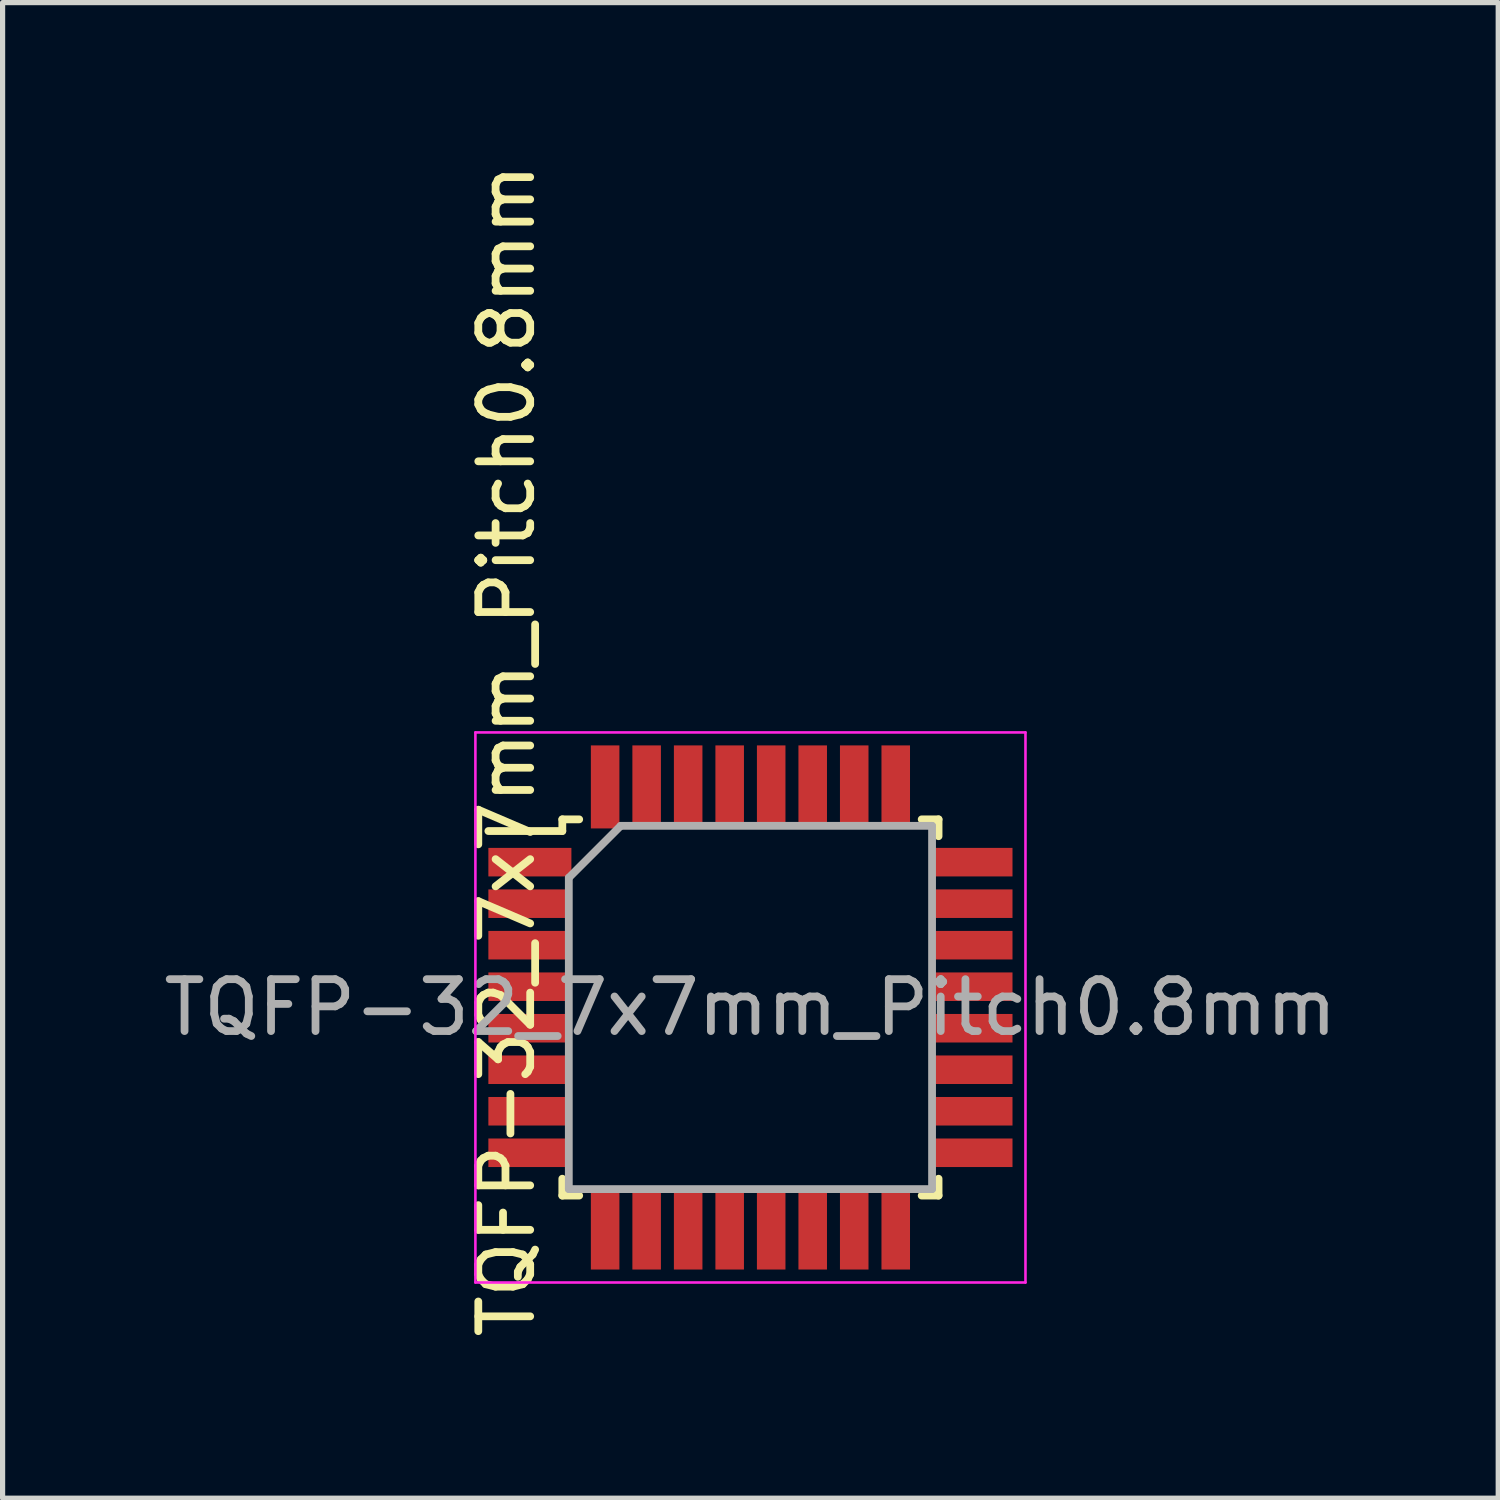
<source format=kicad_pcb>
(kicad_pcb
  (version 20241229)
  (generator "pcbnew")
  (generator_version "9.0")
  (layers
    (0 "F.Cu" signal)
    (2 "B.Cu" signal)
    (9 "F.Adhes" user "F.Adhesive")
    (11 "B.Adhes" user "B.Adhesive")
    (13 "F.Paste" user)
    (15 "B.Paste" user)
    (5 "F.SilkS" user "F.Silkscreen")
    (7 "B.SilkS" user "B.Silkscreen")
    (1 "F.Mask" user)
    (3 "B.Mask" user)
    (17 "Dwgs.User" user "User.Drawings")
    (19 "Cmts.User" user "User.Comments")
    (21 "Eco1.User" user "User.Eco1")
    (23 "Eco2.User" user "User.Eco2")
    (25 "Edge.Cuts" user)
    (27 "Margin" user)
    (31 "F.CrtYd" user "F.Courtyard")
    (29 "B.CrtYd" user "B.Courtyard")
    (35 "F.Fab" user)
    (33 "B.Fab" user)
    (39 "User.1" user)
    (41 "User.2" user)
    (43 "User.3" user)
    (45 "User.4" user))
  (footprint "TQFP-32_7x7mm_Pitch0.8mm"
    (layer "F.Cu")
    (at 11.411 16.364)
    (property "Reference" "TQFP-32_7x7mm_Pitch0.8mm" (at -4.699 -4.953 270) (layer "F.SilkS") (effects (font (size 1 1) (thickness 0.15))))
    (attr smd)
    (fp_line (start -3.625 -3.625) (end -3.625 -3.4) (stroke (width 0.15) (type solid)) (layer "F.SilkS"))
    (fp_line (start -3.625 -3.625) (end -3.3 -3.625) (stroke (width 0.15) (type solid)) (layer "F.SilkS"))
    (fp_line (start -3.625 -3.4) (end -5.05 -3.4) (stroke (width 0.15) (type solid)) (layer "F.SilkS"))
    (fp_line (start -3.625 3.625) (end -3.625 3.3) (stroke (width 0.15) (type solid)) (layer "F.SilkS"))
    (fp_line (start -3.625 3.625) (end -3.3 3.625) (stroke (width 0.15) (type solid)) (layer "F.SilkS"))
    (fp_line (start 3.625 -3.625) (end 3.3 -3.625) (stroke (width 0.15) (type solid)) (layer "F.SilkS"))
    (fp_line (start 3.625 -3.625) (end 3.625 -3.3) (stroke (width 0.15) (type solid)) (layer "F.SilkS"))
    (fp_line (start 3.625 3.625) (end 3.3 3.625) (stroke (width 0.15) (type solid)) (layer "F.SilkS"))
    (fp_line (start 3.625 3.625) (end 3.625 3.3) (stroke (width 0.15) (type solid)) (layer "F.SilkS"))
    (fp_line (start -5.3 -5.3) (end -5.3 5.3) (stroke (width 0.05) (type solid)) (layer "F.CrtYd"))
    (fp_line (start -5.3 -5.3) (end 5.3 -5.3) (stroke (width 0.05) (type solid)) (layer "F.CrtYd"))
    (fp_line (start -5.3 5.3) (end 5.3 5.3) (stroke (width 0.05) (type solid)) (layer "F.CrtYd"))
    (fp_line (start 5.3 -5.3) (end 5.3 5.3) (stroke (width 0.05) (type solid)) (layer "F.CrtYd"))
    (fp_line (start -3.5 -2.5) (end -2.5 -3.5) (stroke (width 0.15) (type solid)) (layer "F.Fab"))
    (fp_line (start -3.5 3.5) (end -3.5 -2.5) (stroke (width 0.15) (type solid)) (layer "F.Fab"))
    (fp_line (start -2.5 -3.5) (end 3.5 -3.5) (stroke (width 0.15) (type solid)) (layer "F.Fab"))
    (fp_line (start 3.5 -3.5) (end 3.5 3.5) (stroke (width 0.15) (type solid)) (layer "F.Fab"))
    (fp_line (start 3.5 3.5) (end -3.5 3.5) (stroke (width 0.15) (type solid)) (layer "F.Fab"))
    (fp_text user "${REFERENCE}" (at 0 0 0) (layer "F.Fab") (effects (font (size 1 1) (thickness 0.15))))
    (pad "1" smd rect (at -4.25 -2.8) (size 1.6 0.55) (layers "F.Cu" "F.Mask" "F.Paste"))
    (pad "2" smd rect (at -4.25 -2) (size 1.6 0.55) (layers "F.Cu" "F.Mask" "F.Paste"))
    (pad "3" smd rect (at -4.25 -1.2) (size 1.6 0.55) (layers "F.Cu" "F.Mask" "F.Paste"))
    (pad "4" smd rect (at -4.25 -0.4) (size 1.6 0.55) (layers "F.Cu" "F.Mask" "F.Paste"))
    (pad "5" smd rect (at -4.25 0.4) (size 1.6 0.55) (layers "F.Cu" "F.Mask" "F.Paste"))
    (pad "6" smd rect (at -4.25 1.2) (size 1.6 0.55) (layers "F.Cu" "F.Mask" "F.Paste"))
    (pad "7" smd rect (at -4.25 2) (size 1.6 0.55) (layers "F.Cu" "F.Mask" "F.Paste"))
    (pad "8" smd rect (at -4.25 2.8) (size 1.6 0.55) (layers "F.Cu" "F.Mask" "F.Paste"))
    (pad "9" smd rect (at -2.8 4.25 90) (size 1.6 0.55) (layers "F.Cu" "F.Mask" "F.Paste"))
    (pad "10" smd rect (at -2 4.25 90) (size 1.6 0.55) (layers "F.Cu" "F.Mask" "F.Paste"))
    (pad "11" smd rect (at -1.2 4.25 90) (size 1.6 0.55) (layers "F.Cu" "F.Mask" "F.Paste"))
    (pad "12" smd rect (at -0.4 4.25 90) (size 1.6 0.55) (layers "F.Cu" "F.Mask" "F.Paste"))
    (pad "13" smd rect (at 0.4 4.25 90) (size 1.6 0.55) (layers "F.Cu" "F.Mask" "F.Paste"))
    (pad "14" smd rect (at 1.2 4.25 90) (size 1.6 0.55) (layers "F.Cu" "F.Mask" "F.Paste"))
    (pad "15" smd rect (at 2 4.25 90) (size 1.6 0.55) (layers "F.Cu" "F.Mask" "F.Paste"))
    (pad "16" smd rect (at 2.8 4.25 90) (size 1.6 0.55) (layers "F.Cu" "F.Mask" "F.Paste"))
    (pad "17" smd rect (at 4.25 2.8) (size 1.6 0.55) (layers "F.Cu" "F.Mask" "F.Paste"))
    (pad "18" smd rect (at 4.25 2) (size 1.6 0.55) (layers "F.Cu" "F.Mask" "F.Paste"))
    (pad "19" smd rect (at 4.25 1.2) (size 1.6 0.55) (layers "F.Cu" "F.Mask" "F.Paste"))
    (pad "20" smd rect (at 4.25 0.4) (size 1.6 0.55) (layers "F.Cu" "F.Mask" "F.Paste"))
    (pad "21" smd rect (at 4.25 -0.4) (size 1.6 0.55) (layers "F.Cu" "F.Mask" "F.Paste"))
    (pad "22" smd rect (at 4.25 -1.2) (size 1.6 0.55) (layers "F.Cu" "F.Mask" "F.Paste"))
    (pad "23" smd rect (at 4.25 -2) (size 1.6 0.55) (layers "F.Cu" "F.Mask" "F.Paste"))
    (pad "24" smd rect (at 4.25 -2.8) (size 1.6 0.55) (layers "F.Cu" "F.Mask" "F.Paste"))
    (pad "25" smd rect (at 2.8 -4.25 90) (size 1.6 0.55) (layers "F.Cu" "F.Mask" "F.Paste"))
    (pad "26" smd rect (at 2 -4.25 90) (size 1.6 0.55) (layers "F.Cu" "F.Mask" "F.Paste"))
    (pad "27" smd rect (at 1.2 -4.25 90) (size 1.6 0.55) (layers "F.Cu" "F.Mask" "F.Paste"))
    (pad "28" smd rect (at 0.4 -4.25 90) (size 1.6 0.55) (layers "F.Cu" "F.Mask" "F.Paste"))
    (pad "29" smd rect (at -0.4 -4.25 90) (size 1.6 0.55) (layers "F.Cu" "F.Mask" "F.Paste"))
    (pad "30" smd rect (at -1.2 -4.25 90) (size 1.6 0.55) (layers "F.Cu" "F.Mask" "F.Paste"))
    (pad "31" smd rect (at -2 -4.25 90) (size 1.6 0.55) (layers "F.Cu" "F.Mask" "F.Paste"))
    (pad "32" smd rect (at -2.8 -4.25 90) (size 1.6 0.55) (layers "F.Cu" "F.Mask" "F.Paste")))
  (gr_rect
    (start -3 -3)
    (end 25.821 25.821)
    (stroke (width 0.1) (type default))
    (fill no)
    (layer "Edge.Cuts")))
</source>
